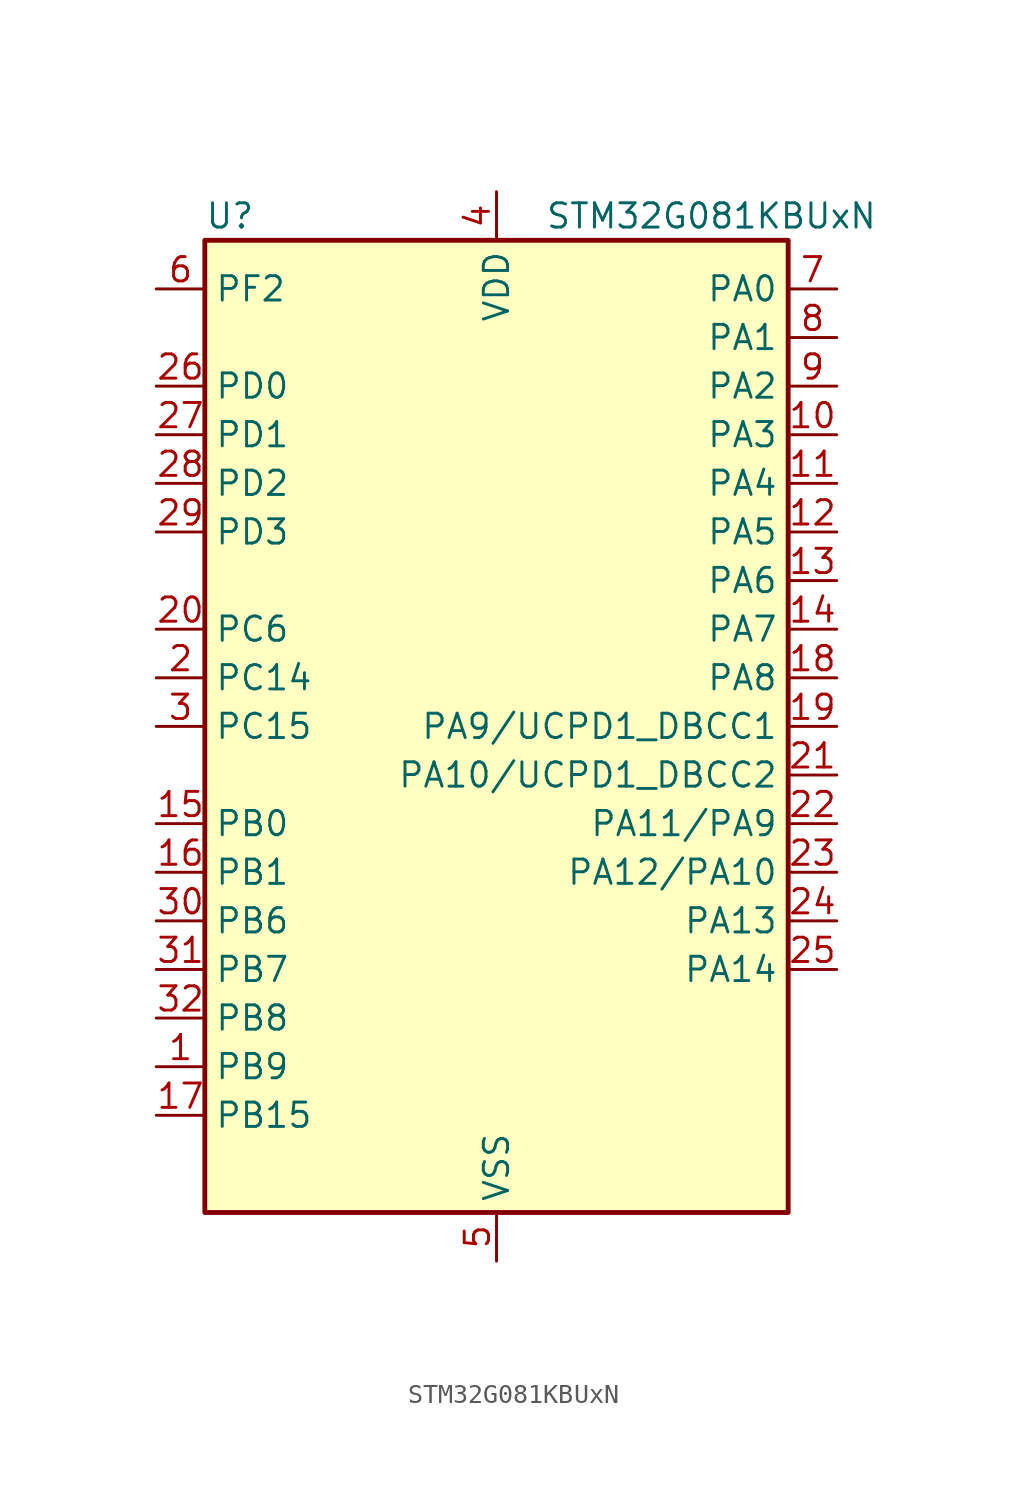
<source format=kicad_sym>
(kicad_symbol_lib
  (version 20211014)
  (generator kicad-library-utils)
  (symbol "STM32G081KBUxN"
    (property "Reference" "U"
      (at -15.24 26.67 0)
      (effects (font (size 1.27 1.27)) (justify left)))
    (property "Value" "STM32G081KBUxN"
      (at 2.54 26.67 0)
      (effects (font (size 1.27 1.27)) (justify left)))
    (property "ki_fp_filters" "QFN*1EP*5x5mm*P0.5mm*"
      (at 0.0 0.0 0.0)
      (effects (font (size 1.27 1.27))))
    (symbol "STM32G081KBUxN_0_1"
      (rectangle (start -15.24 -25.4) (end 15.24 25.4) (stroke (width 0.254)) (fill (type background))))
    (symbol "STM32G081KBUxN_1_1"
      (pin bidirectional line (at -17.78 22.86 0) (length 2.54) (name "PF2" (effects (font (size 1.27 1.27)))) (number "6" (effects (font (size 1.27 1.27)))) (alternate "RCC_MCO" bidirectional line))
      (pin bidirectional line (at -17.78 17.78 0) (length 2.54) (name "PD0" (effects (font (size 1.27 1.27)))) (number "26" (effects (font (size 1.27 1.27)))) (alternate "SPI2_NSS" bidirectional line) (alternate "TIM16_CH1" bidirectional line) (alternate "UCPD2_CC1" bidirectional line))
      (pin bidirectional line (at -17.78 15.24 0) (length 2.54) (name "PD1" (effects (font (size 1.27 1.27)))) (number "27" (effects (font (size 1.27 1.27)))) (alternate "SPI2_SCK" bidirectional line) (alternate "TIM17_CH1" bidirectional line) (alternate "UCPD2_DBCC1" bidirectional line))
      (pin bidirectional line (at -17.78 12.7 0) (length 2.54) (name "PD2" (effects (font (size 1.27 1.27)))) (number "28" (effects (font (size 1.27 1.27)))) (alternate "TIM1_CH1N" bidirectional line) (alternate "TIM3_ETR" bidirectional line) (alternate "UCPD2_CC2" bidirectional line) (alternate "USART3_CK" bidirectional line) (alternate "USART3_DE" bidirectional line) (alternate "USART3_RTS" bidirectional line))
      (pin bidirectional line (at -17.78 10.16 0) (length 2.54) (name "PD3" (effects (font (size 1.27 1.27)))) (number "29" (effects (font (size 1.27 1.27)))) (alternate "SPI2_MISO" bidirectional line) (alternate "TIM1_CH2N" bidirectional line) (alternate "UCPD2_DBCC2" bidirectional line) (alternate "USART2_CTS" bidirectional line) (alternate "USART2_NSS" bidirectional line))
      (pin bidirectional line (at -17.78 5.08 0) (length 2.54) (name "PC6" (effects (font (size 1.27 1.27)))) (number "20" (effects (font (size 1.27 1.27)))) (alternate "TIM2_CH3" bidirectional line) (alternate "TIM3_CH1" bidirectional line) (alternate "UCPD1_FRSTX1" bidirectional line) (alternate "UCPD1_FRSTX2" bidirectional line))
      (pin bidirectional line (at -17.78 2.54 0) (length 2.54) (name "PC14" (effects (font (size 1.27 1.27)))) (number "2" (effects (font (size 1.27 1.27)))) (alternate "RCC_OSC32_IN" bidirectional line) (alternate "RCC_OSC_IN" bidirectional line) (alternate "TIM1_BK2" bidirectional line))
      (pin bidirectional line (at -17.78 0.0 0) (length 2.54) (name "PC15" (effects (font (size 1.27 1.27)))) (number "3" (effects (font (size 1.27 1.27)))) (alternate "RCC_OSC32_EN" bidirectional line) (alternate "RCC_OSC32_OUT" bidirectional line) (alternate "RCC_OSC_EN" bidirectional line) (alternate "TIM15_BK" bidirectional line))
      (pin bidirectional line (at -17.78 -5.08 0) (length 2.54) (name "PB0" (effects (font (size 1.27 1.27)))) (number "15" (effects (font (size 1.27 1.27)))) (alternate "ADC1_IN8" bidirectional line) (alternate "COMP1_OUT" bidirectional line) (alternate "I2S1_WS" bidirectional line) (alternate "LPTIM1_OUT" bidirectional line) (alternate "SPI1_NSS" bidirectional line) (alternate "TIM1_CH2N" bidirectional line) (alternate "TIM3_CH3" bidirectional line) (alternate "UCPD1_FRSTX1" bidirectional line) (alternate "UCPD1_FRSTX2" bidirectional line) (alternate "USART3_RX" bidirectional line))
      (pin bidirectional line (at -17.78 -7.62 0) (length 2.54) (name "PB1" (effects (font (size 1.27 1.27)))) (number "16" (effects (font (size 1.27 1.27)))) (alternate "ADC1_IN9" bidirectional line) (alternate "COMP1_INM" bidirectional line) (alternate "LPTIM2_IN1" bidirectional line) (alternate "LPUART1_DE" bidirectional line) (alternate "LPUART1_RTS" bidirectional line) (alternate "TIM14_CH1" bidirectional line) (alternate "TIM1_CH3N" bidirectional line) (alternate "TIM3_CH4" bidirectional line) (alternate "USART3_CK" bidirectional line) (alternate "USART3_DE" bidirectional line) (alternate "USART3_RTS" bidirectional line))
      (pin bidirectional line (at -17.78 -10.16 0) (length 2.54) (name "PB6" (effects (font (size 1.27 1.27)))) (number "30" (effects (font (size 1.27 1.27)))) (alternate "COMP2_INP" bidirectional line) (alternate "I2C1_SCL" bidirectional line) (alternate "LPTIM1_ETR" bidirectional line) (alternate "SPI2_MISO" bidirectional line) (alternate "TIM16_CH1N" bidirectional line) (alternate "TIM1_CH3" bidirectional line) (alternate "USART1_TX" bidirectional line))
      (pin bidirectional line (at -17.78 -12.7 0) (length 2.54) (name "PB7" (effects (font (size 1.27 1.27)))) (number "31" (effects (font (size 1.27 1.27)))) (alternate "COMP2_INM" bidirectional line) (alternate "I2C1_SDA" bidirectional line) (alternate "LPTIM1_IN2" bidirectional line) (alternate "SPI2_MOSI" bidirectional line) (alternate "SYS_PVD_IN" bidirectional line) (alternate "TIM17_CH1N" bidirectional line) (alternate "USART1_RX" bidirectional line) (alternate "USART4_CTS" bidirectional line) (alternate "USART4_NSS" bidirectional line))
      (pin bidirectional line (at -17.78 -15.24 0) (length 2.54) (name "PB8" (effects (font (size 1.27 1.27)))) (number "32" (effects (font (size 1.27 1.27)))) (alternate "CEC" bidirectional line) (alternate "I2C1_SCL" bidirectional line) (alternate "SPI2_SCK" bidirectional line) (alternate "TIM15_BK" bidirectional line) (alternate "TIM16_CH1" bidirectional line) (alternate "USART3_TX" bidirectional line))
      (pin bidirectional line (at -17.78 -17.78 0) (length 2.54) (name "PB9" (effects (font (size 1.27 1.27)))) (number "1" (effects (font (size 1.27 1.27)))) (alternate "DAC1_EXTI9" bidirectional line) (alternate "I2C1_SDA" bidirectional line) (alternate "IR_OUT" bidirectional line) (alternate "SPI2_NSS" bidirectional line) (alternate "TIM17_CH1" bidirectional line) (alternate "UCPD2_FRSTX1" bidirectional line) (alternate "UCPD2_FRSTX2" bidirectional line) (alternate "USART3_RX" bidirectional line))
      (pin bidirectional line (at -17.78 -20.32 0) (length 2.54) (name "PB15" (effects (font (size 1.27 1.27)))) (number "17" (effects (font (size 1.27 1.27)))) (alternate "RTC_REFIN" bidirectional line) (alternate "SPI2_MOSI" bidirectional line) (alternate "TIM15_CH1N" bidirectional line) (alternate "TIM15_CH2" bidirectional line) (alternate "TIM1_CH3N" bidirectional line) (alternate "UCPD1_CC2" bidirectional line))
      (pin bidirectional line (at 17.78 22.86 180) (length 2.54) (name "PA0" (effects (font (size 1.27 1.27)))) (number "7" (effects (font (size 1.27 1.27)))) (alternate "ADC1_IN0" bidirectional line) (alternate "COMP1_INM" bidirectional line) (alternate "COMP1_OUT" bidirectional line) (alternate "LPTIM1_OUT" bidirectional line) (alternate "RTC_TAMP_IN2" bidirectional line) (alternate "SPI2_SCK" bidirectional line) (alternate "SYS_WKUP1" bidirectional line) (alternate "TIM2_CH1" bidirectional line) (alternate "TIM2_ETR" bidirectional line) (alternate "UCPD2_FRSTX1" bidirectional line) (alternate "UCPD2_FRSTX2" bidirectional line) (alternate "USART2_CTS" bidirectional line) (alternate "USART2_NSS" bidirectional line) (alternate "USART4_TX" bidirectional line))
      (pin bidirectional line (at 17.78 20.32 180) (length 2.54) (name "PA1" (effects (font (size 1.27 1.27)))) (number "8" (effects (font (size 1.27 1.27)))) (alternate "ADC1_IN1" bidirectional line) (alternate "COMP1_INP" bidirectional line) (alternate "I2C1_SMBA" bidirectional line) (alternate "I2S1_CK" bidirectional line) (alternate "SPI1_SCK" bidirectional line) (alternate "TIM15_CH1N" bidirectional line) (alternate "TIM2_CH2" bidirectional line) (alternate "USART2_CK" bidirectional line) (alternate "USART2_DE" bidirectional line) (alternate "USART2_RTS" bidirectional line) (alternate "USART4_RX" bidirectional line))
      (pin bidirectional line (at 17.78 17.78 180) (length 2.54) (name "PA2" (effects (font (size 1.27 1.27)))) (number "9" (effects (font (size 1.27 1.27)))) (alternate "ADC1_IN2" bidirectional line) (alternate "COMP2_INM" bidirectional line) (alternate "COMP2_OUT" bidirectional line) (alternate "I2S1_SD" bidirectional line) (alternate "LPUART1_TX" bidirectional line) (alternate "RCC_LSCO" bidirectional line) (alternate "SPI1_MOSI" bidirectional line) (alternate "SYS_WKUP4" bidirectional line) (alternate "TIM15_CH1" bidirectional line) (alternate "TIM2_CH3" bidirectional line) (alternate "UCPD1_FRSTX1" bidirectional line) (alternate "UCPD1_FRSTX2" bidirectional line) (alternate "USART2_TX" bidirectional line))
      (pin bidirectional line (at 17.78 15.24 180) (length 2.54) (name "PA3" (effects (font (size 1.27 1.27)))) (number "10" (effects (font (size 1.27 1.27)))) (alternate "ADC1_IN3" bidirectional line) (alternate "COMP2_INP" bidirectional line) (alternate "LPUART1_RX" bidirectional line) (alternate "SPI2_MISO" bidirectional line) (alternate "TIM15_CH2" bidirectional line) (alternate "TIM2_CH4" bidirectional line) (alternate "UCPD2_FRSTX1" bidirectional line) (alternate "UCPD2_FRSTX2" bidirectional line) (alternate "USART2_RX" bidirectional line))
      (pin bidirectional line (at 17.78 12.7 180) (length 2.54) (name "PA4" (effects (font (size 1.27 1.27)))) (number "11" (effects (font (size 1.27 1.27)))) (alternate "ADC1_IN4" bidirectional line) (alternate "DAC1_OUT1" bidirectional line) (alternate "I2S1_WS" bidirectional line) (alternate "LPTIM2_OUT" bidirectional line) (alternate "RTC_OUT_ALARM" bidirectional line) (alternate "RTC_OUT_CALIB" bidirectional line) (alternate "RTC_TAMP_IN1" bidirectional line) (alternate "RTC_TS" bidirectional line) (alternate "SPI1_NSS" bidirectional line) (alternate "SPI2_MOSI" bidirectional line) (alternate "SYS_WKUP2" bidirectional line) (alternate "TIM14_CH1" bidirectional line) (alternate "UCPD2_FRSTX1" bidirectional line) (alternate "UCPD2_FRSTX2" bidirectional line))
      (pin bidirectional line (at 17.78 10.16 180) (length 2.54) (name "PA5" (effects (font (size 1.27 1.27)))) (number "12" (effects (font (size 1.27 1.27)))) (alternate "ADC1_IN5" bidirectional line) (alternate "CEC" bidirectional line) (alternate "DAC1_OUT2" bidirectional line) (alternate "I2S1_CK" bidirectional line) (alternate "LPTIM2_ETR" bidirectional line) (alternate "SPI1_SCK" bidirectional line) (alternate "TIM2_CH1" bidirectional line) (alternate "TIM2_ETR" bidirectional line) (alternate "UCPD1_FRSTX1" bidirectional line) (alternate "UCPD1_FRSTX2" bidirectional line) (alternate "USART3_TX" bidirectional line))
      (pin bidirectional line (at 17.78 7.62 180) (length 2.54) (name "PA6" (effects (font (size 1.27 1.27)))) (number "13" (effects (font (size 1.27 1.27)))) (alternate "ADC1_IN6" bidirectional line) (alternate "COMP1_OUT" bidirectional line) (alternate "I2S1_MCK" bidirectional line) (alternate "LPUART1_CTS" bidirectional line) (alternate "SPI1_MISO" bidirectional line) (alternate "TIM16_CH1" bidirectional line) (alternate "TIM1_BK" bidirectional line) (alternate "TIM3_CH1" bidirectional line) (alternate "USART3_CTS" bidirectional line) (alternate "USART3_NSS" bidirectional line))
      (pin bidirectional line (at 17.78 5.08 180) (length 2.54) (name "PA7" (effects (font (size 1.27 1.27)))) (number "14" (effects (font (size 1.27 1.27)))) (alternate "ADC1_IN7" bidirectional line) (alternate "COMP2_OUT" bidirectional line) (alternate "I2S1_SD" bidirectional line) (alternate "SPI1_MOSI" bidirectional line) (alternate "TIM14_CH1" bidirectional line) (alternate "TIM17_CH1" bidirectional line) (alternate "TIM1_CH1N" bidirectional line) (alternate "TIM3_CH2" bidirectional line) (alternate "UCPD1_FRSTX1" bidirectional line) (alternate "UCPD1_FRSTX2" bidirectional line))
      (pin bidirectional line (at 17.78 2.54 180) (length 2.54) (name "PA8" (effects (font (size 1.27 1.27)))) (number "18" (effects (font (size 1.27 1.27)))) (alternate "LPTIM2_OUT" bidirectional line) (alternate "RCC_MCO" bidirectional line) (alternate "SPI2_NSS" bidirectional line) (alternate "TIM1_CH1" bidirectional line) (alternate "UCPD1_CC1" bidirectional line))
      (pin bidirectional line (at 17.78 0.0 180) (length 2.54) (name "PA9/UCPD1_DBCC1" (effects (font (size 1.27 1.27)))) (number "19" (effects (font (size 1.27 1.27)))) (alternate "DAC1_EXTI9" bidirectional line) (alternate "I2C1_SCL" bidirectional line) (alternate "RCC_MCO" bidirectional line) (alternate "SPI2_MISO" bidirectional line) (alternate "TIM15_BK" bidirectional line) (alternate "TIM1_CH2" bidirectional line) (alternate "UCPD1_DBCC1" bidirectional line) (alternate "USART1_TX" bidirectional line))
      (pin bidirectional line (at 17.78 -2.54 180) (length 2.54) (name "PA10/UCPD1_DBCC2" (effects (font (size 1.27 1.27)))) (number "21" (effects (font (size 1.27 1.27)))) (alternate "I2C1_SDA" bidirectional line) (alternate "SPI2_MOSI" bidirectional line) (alternate "TIM17_BK" bidirectional line) (alternate "TIM1_CH3" bidirectional line) (alternate "UCPD1_DBCC2" bidirectional line) (alternate "USART1_RX" bidirectional line))
      (pin bidirectional line (at 17.78 -5.08 180) (length 2.54) (name "PA11/PA9" (effects (font (size 1.27 1.27)))) (number "22" (effects (font (size 1.27 1.27)))) (alternate "ADC1_EXTI11" bidirectional line) (alternate "COMP1_OUT" bidirectional line) (alternate "I2C2_SCL" bidirectional line) (alternate "I2S1_MCK" bidirectional line) (alternate "SPI1_MISO" bidirectional line) (alternate "TIM1_BK2" bidirectional line) (alternate "TIM1_CH4" bidirectional line) (alternate "USART1_CTS" bidirectional line) (alternate "USART1_NSS" bidirectional line))
      (pin bidirectional line (at 17.78 -7.62 180) (length 2.54) (name "PA12/PA10" (effects (font (size 1.27 1.27)))) (number "23" (effects (font (size 1.27 1.27)))) (alternate "COMP2_OUT" bidirectional line) (alternate "I2C2_SDA" bidirectional line) (alternate "I2S1_SD" bidirectional line) (alternate "I2S_CKIN" bidirectional line) (alternate "SPI1_MOSI" bidirectional line) (alternate "TIM1_ETR" bidirectional line) (alternate "USART1_CK" bidirectional line) (alternate "USART1_DE" bidirectional line) (alternate "USART1_RTS" bidirectional line))
      (pin bidirectional line (at 17.78 -10.16 180) (length 2.54) (name "PA13" (effects (font (size 1.27 1.27)))) (number "24" (effects (font (size 1.27 1.27)))) (alternate "IR_OUT" bidirectional line) (alternate "SYS_SWDIO" bidirectional line))
      (pin bidirectional line (at 17.78 -12.7 180) (length 2.54) (name "PA14" (effects (font (size 1.27 1.27)))) (number "25" (effects (font (size 1.27 1.27)))) (alternate "SYS_SWCLK" bidirectional line) (alternate "USART2_TX" bidirectional line))
      (pin power_in line (at 0.0 27.94 270) (length 2.54) (name "VDD" (effects (font (size 1.27 1.27)))) (number "4" (effects (font (size 1.27 1.27)))))
      (pin power_in line (at 0.0 -27.94 90) (length 2.54) (name "VSS" (effects (font (size 1.27 1.27)))) (number "5" (effects (font (size 1.27 1.27)))))
      (pin passive line (at 0.0 -27.94 90) (length 2.54) hide (name "VSS" (effects (font (size 1.27 1.27)))) (number "33" (effects (font (size 1.27 1.27))))))))
</source>
